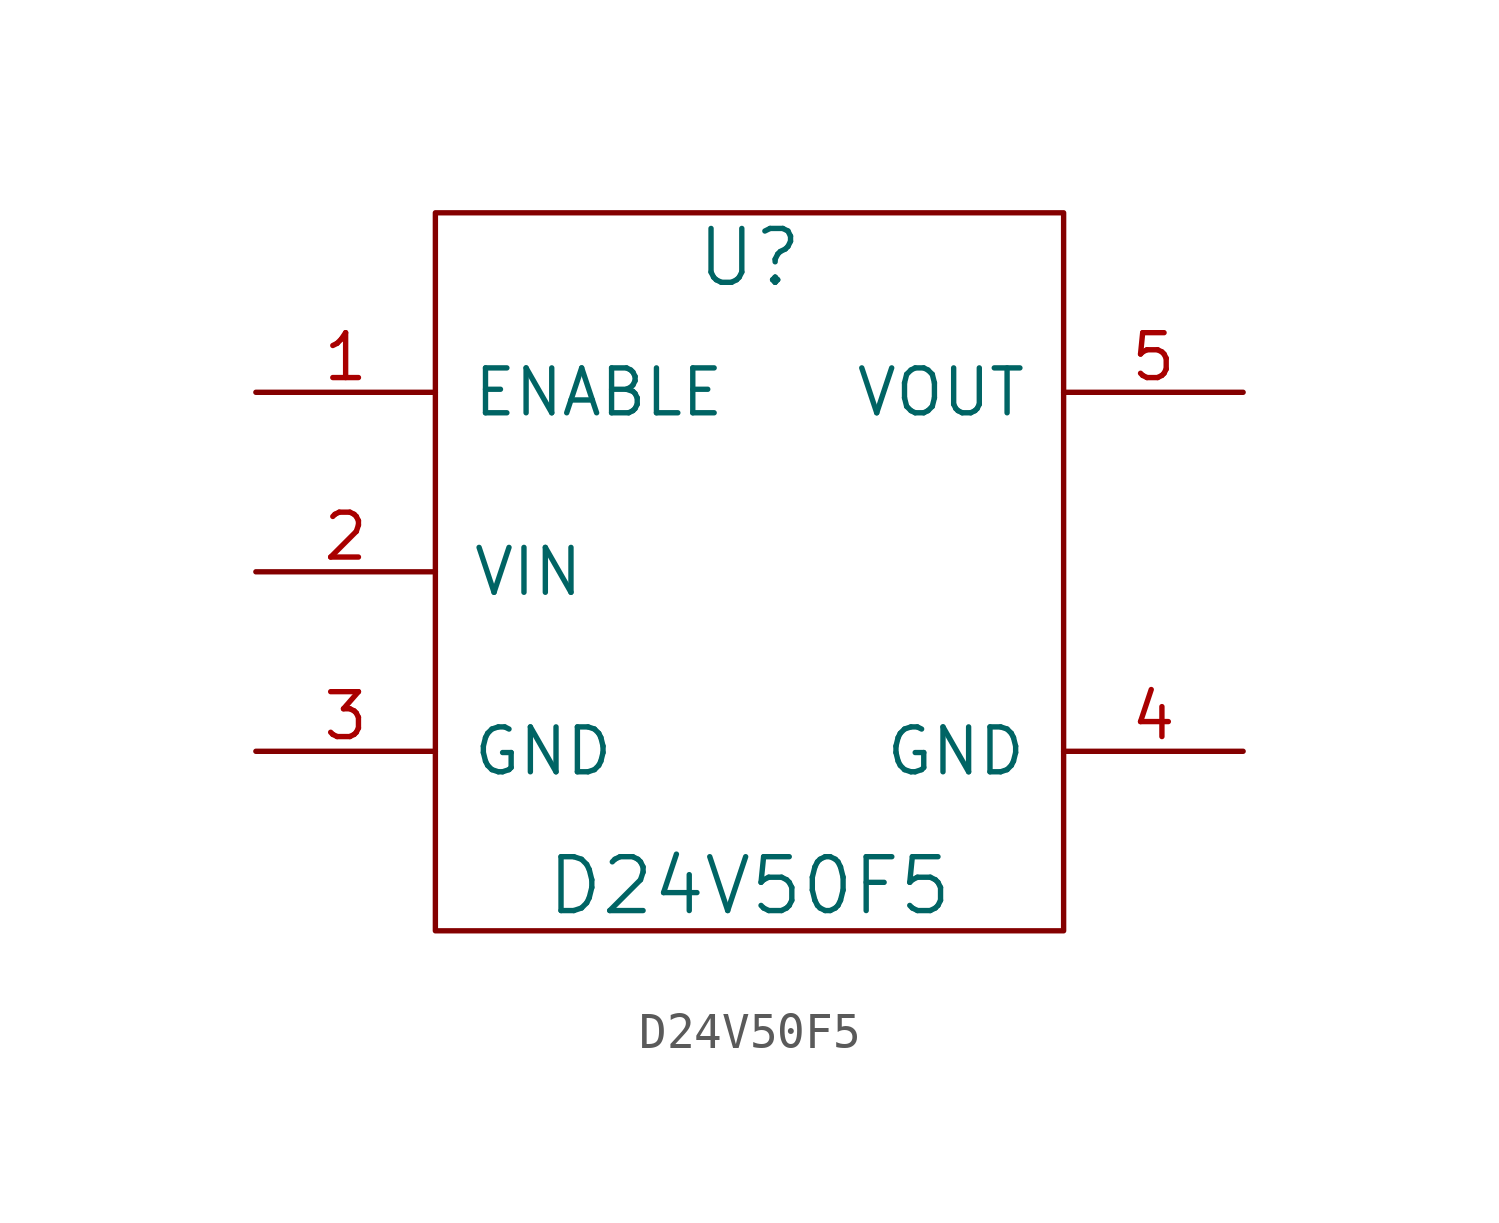
<source format=kicad_sym>
(kicad_symbol_lib
  (version 20211014)
  (generator kicad_symbol_editor)
  (symbol "D24V50F5"
    (pin_names
      (offset 1.016))
    (property "Reference" "U"
      (at 0 8.89 0)
      (effects (font (size 1.524 1.524))))
    (property "Value" "D24V50F5"
      (at 0 -8.89 0)
      (effects (font (size 1.524 1.524))))
    (symbol "D24V50F5_0_1"
      (rectangle (start -8.89 10.16) (end 8.89 -10.16) (stroke (width 0) (type default) (color 0 0 0 0)) (fill (type none))))
    (symbol "D24V50F5_1_1"
      (pin input line (at -13.97 5.08 0) (length 5.08) (name "ENABLE" (effects (font (size 1.27 1.27)))) (number "1" (effects (font (size 1.27 1.27)))))
      (pin input line (at -13.97 0 0) (length 5.08) (name "VIN" (effects (font (size 1.27 1.27)))) (number "2" (effects (font (size 1.27 1.27)))))
      (pin input line (at -13.97 -5.08 0) (length 5.08) (name "GND" (effects (font (size 1.27 1.27)))) (number "3" (effects (font (size 1.27 1.27)))))
      (pin input line (at 13.97 -5.08 180) (length 5.08) (name "GND" (effects (font (size 1.27 1.27)))) (number "4" (effects (font (size 1.27 1.27)))))
      (pin input line (at 13.97 5.08 180) (length 5.08) (name "VOUT" (effects (font (size 1.27 1.27)))) (number "5" (effects (font (size 1.27 1.27))))))))
</source>
